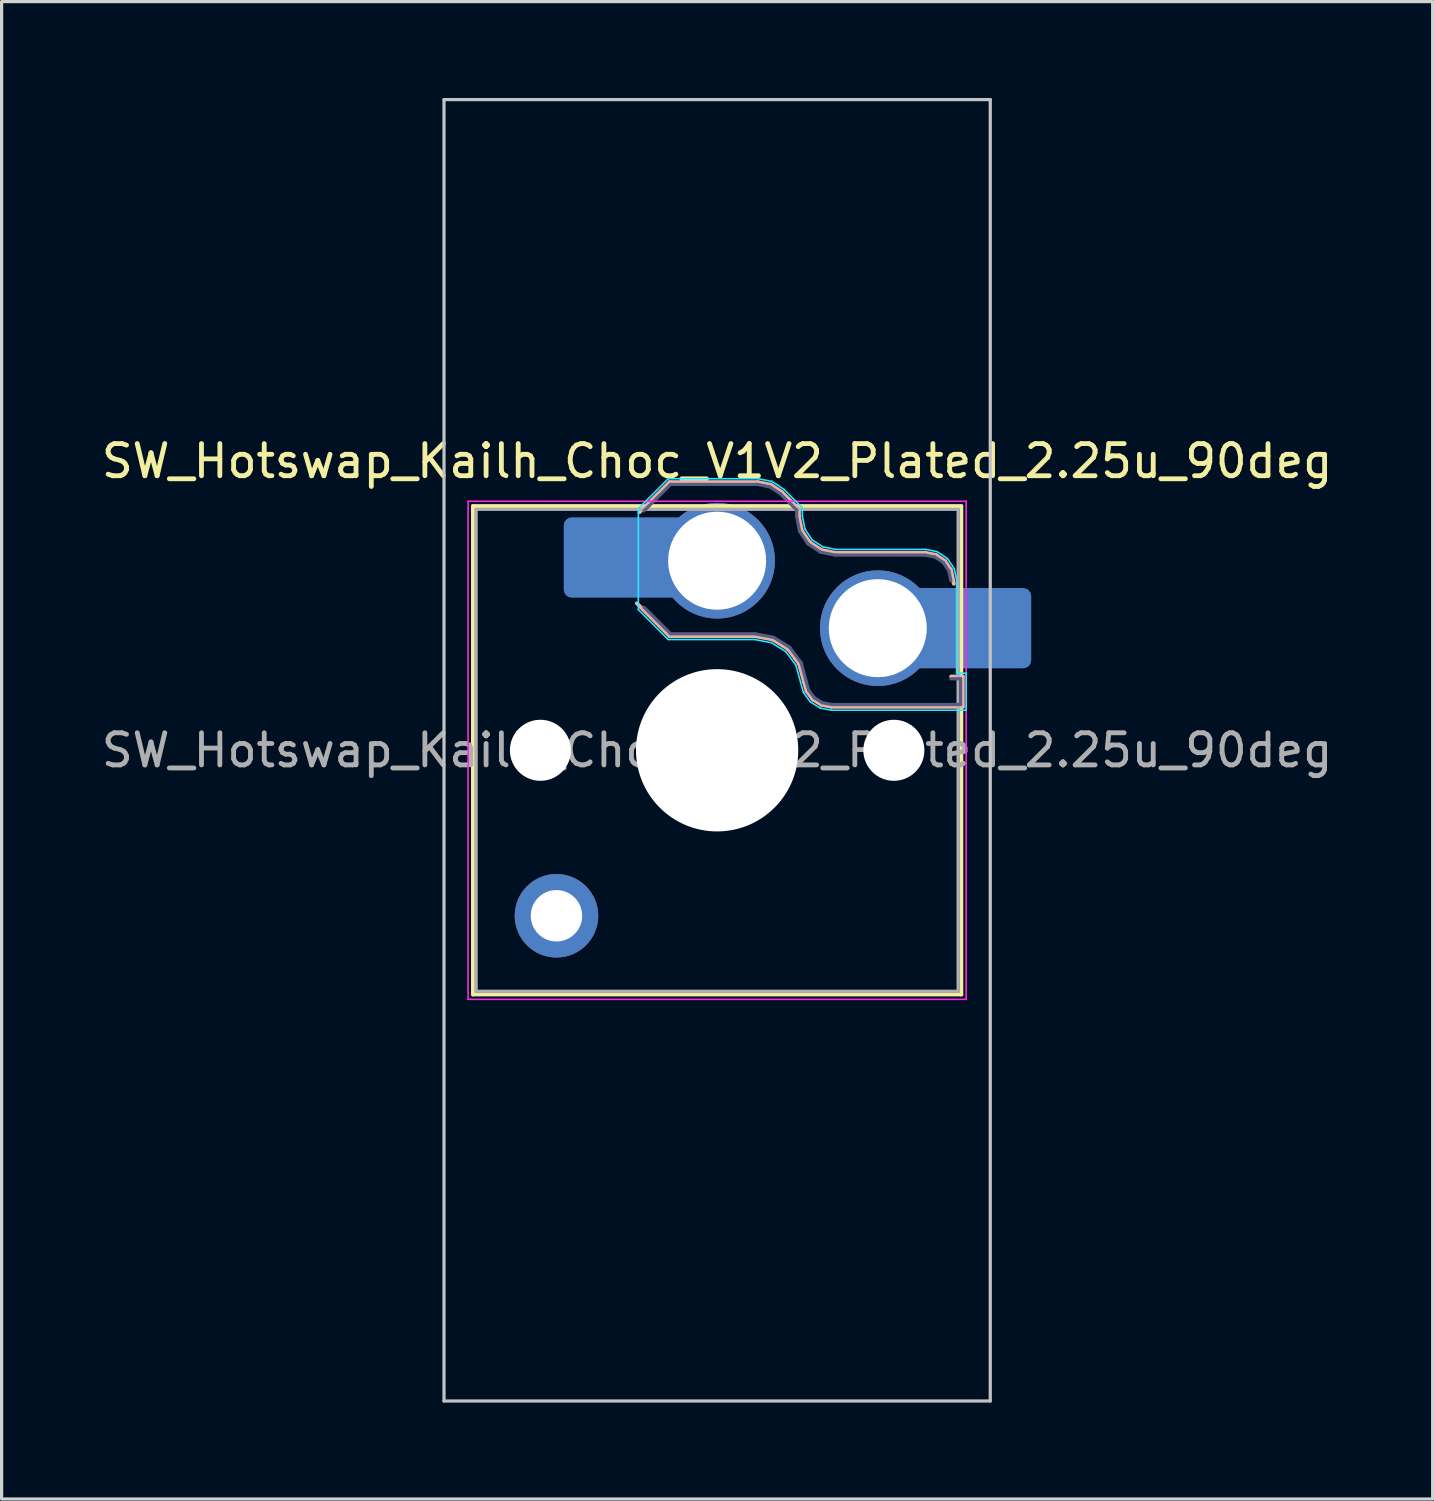
<source format=kicad_pcb>
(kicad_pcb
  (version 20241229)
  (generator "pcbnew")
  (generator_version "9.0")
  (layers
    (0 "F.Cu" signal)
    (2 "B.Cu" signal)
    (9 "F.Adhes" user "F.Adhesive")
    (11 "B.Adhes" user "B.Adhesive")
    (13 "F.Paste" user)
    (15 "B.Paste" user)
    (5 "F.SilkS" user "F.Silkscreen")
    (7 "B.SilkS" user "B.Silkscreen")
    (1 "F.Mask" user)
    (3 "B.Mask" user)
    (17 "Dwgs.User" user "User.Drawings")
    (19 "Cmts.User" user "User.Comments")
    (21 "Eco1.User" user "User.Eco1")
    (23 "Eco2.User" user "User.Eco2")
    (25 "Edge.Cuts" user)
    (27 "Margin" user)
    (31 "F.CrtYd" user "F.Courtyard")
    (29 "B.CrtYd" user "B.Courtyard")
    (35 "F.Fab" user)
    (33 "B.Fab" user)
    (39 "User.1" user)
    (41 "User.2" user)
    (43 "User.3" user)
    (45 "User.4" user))
  (footprint "SW_Hotswap_Kailh_Choc_V1V2_Plated_2.25u_90deg"
    (layer "F.Cu")
    (at 19.268 20.3)
    (property "Reference" "SW_Hotswap_Kailh_Choc_V1V2_Plated_2.25u_90deg" (at 0 -9 0) (layer "F.SilkS") (effects (font (size 1 1) (thickness 0.15))))
    (attr smd)
    (fp_line (start -7.6 -7.6) (end -7.6 7.6) (stroke (width 0.12) (type solid)) (layer "F.SilkS"))
    (fp_line (start -7.6 7.6) (end 7.6 7.6) (stroke (width 0.12) (type solid)) (layer "F.SilkS"))
    (fp_line (start 7.6 -7.6) (end -7.6 -7.6) (stroke (width 0.12) (type solid)) (layer "F.SilkS"))
    (fp_line (start 7.6 7.6) (end 7.6 -7.6) (stroke (width 0.12) (type solid)) (layer "F.SilkS"))
    (fp_line (start -2.416 -7.409) (end -1.479 -8.346) (stroke (width 0.12) (type solid)) (layer "B.SilkS"))
    (fp_line (start -1.479 -8.346) (end 1.268 -8.346) (stroke (width 0.12) (type solid)) (layer "B.SilkS"))
    (fp_line (start -1.479 -3.554) (end -2.5 -4.575) (stroke (width 0.12) (type solid)) (layer "B.SilkS"))
    (fp_line (start 1.168 -3.554) (end -1.479 -3.554) (stroke (width 0.12) (type solid)) (layer "B.SilkS"))
    (fp_line (start 1.268 -8.346) (end 1.671 -8.266) (stroke (width 0.12) (type solid)) (layer "B.SilkS"))
    (fp_line (start 1.671 -8.266) (end 2.013 -8.037) (stroke (width 0.12) (type solid)) (layer "B.SilkS"))
    (fp_line (start 1.73 -3.449) (end 1.168 -3.554) (stroke (width 0.12) (type solid)) (layer "B.SilkS"))
    (fp_line (start 2.013 -8.037) (end 2.546 -7.504) (stroke (width 0.12) (type solid)) (layer "B.SilkS"))
    (fp_line (start 2.209 -3.15) (end 1.73 -3.449) (stroke (width 0.12) (type solid)) (layer "B.SilkS"))
    (fp_line (start 2.546 -7.504) (end 2.546 -7.282) (stroke (width 0.12) (type solid)) (layer "B.SilkS"))
    (fp_line (start 2.546 -7.282) (end 2.633 -6.844) (stroke (width 0.12) (type solid)) (layer "B.SilkS"))
    (fp_line (start 2.547 -2.697) (end 2.209 -3.15) (stroke (width 0.12) (type solid)) (layer "B.SilkS"))
    (fp_line (start 2.633 -6.844) (end 2.877 -6.477) (stroke (width 0.12) (type solid)) (layer "B.SilkS"))
    (fp_line (start 2.701 -2.139) (end 2.547 -2.697) (stroke (width 0.12) (type solid)) (layer "B.SilkS"))
    (fp_line (start 2.783 -1.841) (end 2.701 -2.139) (stroke (width 0.12) (type solid)) (layer "B.SilkS"))
    (fp_line (start 2.877 -6.477) (end 3.244 -6.233) (stroke (width 0.12) (type solid)) (layer "B.SilkS"))
    (fp_line (start 2.976 -1.583) (end 2.783 -1.841) (stroke (width 0.12) (type solid)) (layer "B.SilkS"))
    (fp_line (start 3.244 -6.233) (end 3.682 -6.146) (stroke (width 0.12) (type solid)) (layer "B.SilkS"))
    (fp_line (start 3.25 -1.413) (end 2.976 -1.583) (stroke (width 0.12) (type solid)) (layer "B.SilkS"))
    (fp_line (start 3.56 -1.354) (end 3.25 -1.413) (stroke (width 0.12) (type solid)) (layer "B.SilkS"))
    (fp_line (start 3.682 -6.146) (end 6.482 -6.146) (stroke (width 0.12) (type solid)) (layer "B.SilkS"))
    (fp_line (start 6.482 -6.146) (end 6.809 -6.081) (stroke (width 0.12) (type solid)) (layer "B.SilkS"))
    (fp_line (start 6.809 -6.081) (end 7.092 -5.892) (stroke (width 0.12) (type solid)) (layer "B.SilkS"))
    (fp_line (start 7.092 -5.892) (end 7.281 -5.609) (stroke (width 0.12) (type solid)) (layer "B.SilkS"))
    (fp_line (start 7.281 -5.609) (end 7.366 -5.182) (stroke (width 0.12) (type solid)) (layer "B.SilkS"))
    (fp_line (start 7.283 -2.296) (end 7.646 -2.296) (stroke (width 0.12) (type solid)) (layer "B.SilkS"))
    (fp_line (start 7.646 -2.296) (end 7.646 -1.354) (stroke (width 0.12) (type solid)) (layer "B.SilkS"))
    (fp_line (start 7.646 -1.354) (end 3.56 -1.354) (stroke (width 0.12) (type solid)) (layer "B.SilkS"))
    (fp_line (start -8.5 -20.25) (end 8.5 -20.25) (stroke (width 0.1) (type solid)) (layer "Dwgs.User"))
    (fp_line (start -8.5 20.25) (end -8.5 -20.25) (stroke (width 0.1) (type solid)) (layer "Dwgs.User"))
    (fp_line (start 8.5 -20.25) (end 8.5 20.25) (stroke (width 0.1) (type solid)) (layer "Dwgs.User"))
    (fp_line (start 8.5 20.25) (end -8.5 20.25) (stroke (width 0.1) (type solid)) (layer "Dwgs.User"))
    (fp_line (start -7.25 -7.25) (end -7.25 7.25) (stroke (width 0.1) (type solid)) (layer "Eco1.User"))
    (fp_line (start -7.25 7.25) (end 7.25 7.25) (stroke (width 0.1) (type solid)) (layer "Eco1.User"))
    (fp_line (start 7.25 -7.25) (end -7.25 -7.25) (stroke (width 0.1) (type solid)) (layer "Eco1.User"))
    (fp_line (start 7.25 7.25) (end 7.25 -7.25) (stroke (width 0.1) (type solid)) (layer "Eco1.User"))
    (fp_line (start -2.452 -7.523) (end -1.523 -8.452) (stroke (width 0.05) (type solid)) (layer "B.CrtYd"))
    (fp_line (start -2.452 -4.377) (end -2.452 -7.523) (stroke (width 0.05) (type solid)) (layer "B.CrtYd"))
    (fp_line (start -1.523 -8.452) (end 1.278 -8.452) (stroke (width 0.05) (type solid)) (layer "B.CrtYd"))
    (fp_line (start -1.523 -3.448) (end -2.452 -4.377) (stroke (width 0.05) (type solid)) (layer "B.CrtYd"))
    (fp_line (start 1.159 -3.448) (end -1.523 -3.448) (stroke (width 0.05) (type solid)) (layer "B.CrtYd"))
    (fp_line (start 1.278 -8.452) (end 1.712 -8.366) (stroke (width 0.05) (type solid)) (layer "B.CrtYd"))
    (fp_line (start 1.691 -3.348) (end 1.159 -3.448) (stroke (width 0.05) (type solid)) (layer "B.CrtYd"))
    (fp_line (start 1.712 -8.366) (end 2.081 -8.119) (stroke (width 0.05) (type solid)) (layer "B.CrtYd"))
    (fp_line (start 2.081 -8.119) (end 2.652 -7.548) (stroke (width 0.05) (type solid)) (layer "B.CrtYd"))
    (fp_line (start 2.136 -3.071) (end 1.691 -3.348) (stroke (width 0.05) (type solid)) (layer "B.CrtYd"))
    (fp_line (start 2.45 -2.65) (end 2.136 -3.071) (stroke (width 0.05) (type solid)) (layer "B.CrtYd"))
    (fp_line (start 2.599 -2.111) (end 2.45 -2.65) (stroke (width 0.05) (type solid)) (layer "B.CrtYd"))
    (fp_line (start 2.652 -7.548) (end 2.652 -7.292) (stroke (width 0.05) (type solid)) (layer "B.CrtYd"))
    (fp_line (start 2.652 -7.292) (end 2.733 -6.885) (stroke (width 0.05) (type solid)) (layer "B.CrtYd"))
    (fp_line (start 2.687 -1.794) (end 2.599 -2.111) (stroke (width 0.05) (type solid)) (layer "B.CrtYd"))
    (fp_line (start 2.733 -6.885) (end 2.953 -6.553) (stroke (width 0.05) (type solid)) (layer "B.CrtYd"))
    (fp_line (start 2.903 -1.503) (end 2.687 -1.794) (stroke (width 0.05) (type solid)) (layer "B.CrtYd"))
    (fp_line (start 2.953 -6.553) (end 3.285 -6.333) (stroke (width 0.05) (type solid)) (layer "B.CrtYd"))
    (fp_line (start 3.211 -1.312) (end 2.903 -1.503) (stroke (width 0.05) (type solid)) (layer "B.CrtYd"))
    (fp_line (start 3.285 -6.333) (end 3.692 -6.252) (stroke (width 0.05) (type solid)) (layer "B.CrtYd"))
    (fp_line (start 3.55 -1.248) (end 3.211 -1.312) (stroke (width 0.05) (type solid)) (layer "B.CrtYd"))
    (fp_line (start 3.692 -6.252) (end 6.492 -6.252) (stroke (width 0.05) (type solid)) (layer "B.CrtYd"))
    (fp_line (start 6.492 -6.252) (end 6.85 -6.181) (stroke (width 0.05) (type solid)) (layer "B.CrtYd"))
    (fp_line (start 6.85 -6.181) (end 7.168 -5.968) (stroke (width 0.05) (type solid)) (layer "B.CrtYd"))
    (fp_line (start 7.168 -5.968) (end 7.381 -5.65) (stroke (width 0.05) (type solid)) (layer "B.CrtYd"))
    (fp_line (start 7.381 -5.65) (end 7.452 -5.292) (stroke (width 0.05) (type solid)) (layer "B.CrtYd"))
    (fp_line (start 7.452 -5.292) (end 7.452 -2.402) (stroke (width 0.05) (type solid)) (layer "B.CrtYd"))
    (fp_line (start 7.452 -2.402) (end 7.752 -2.402) (stroke (width 0.05) (type solid)) (layer "B.CrtYd"))
    (fp_line (start 7.752 -2.402) (end 7.752 -1.248) (stroke (width 0.05) (type solid)) (layer "B.CrtYd"))
    (fp_line (start 7.752 -1.248) (end 3.55 -1.248) (stroke (width 0.05) (type solid)) (layer "B.CrtYd"))
    (fp_line (start -7.75 -7.75) (end -7.75 7.75) (stroke (width 0.05) (type solid)) (layer "F.CrtYd"))
    (fp_line (start -7.75 7.75) (end 7.75 7.75) (stroke (width 0.05) (type solid)) (layer "F.CrtYd"))
    (fp_line (start 7.75 -7.75) (end -7.75 -7.75) (stroke (width 0.05) (type solid)) (layer "F.CrtYd"))
    (fp_line (start 7.75 7.75) (end 7.75 -7.75) (stroke (width 0.05) (type solid)) (layer "F.CrtYd"))
    (fp_line (start -2.275 -7.45) (end -1.45 -8.275) (stroke (width 0.1) (type solid)) (layer "B.Fab"))
    (fp_line (start -1.45 -8.275) (end 1.261 -8.275) (stroke (width 0.1) (type solid)) (layer "B.Fab"))
    (fp_line (start -1.45 -3.625) (end -2.275 -4.45) (stroke (width 0.1) (type solid)) (layer "B.Fab"))
    (fp_line (start 1.175 -3.625) (end -1.45 -3.625) (stroke (width 0.1) (type solid)) (layer "B.Fab"))
    (fp_line (start 1.261 -8.275) (end 1.643 -8.199) (stroke (width 0.1) (type solid)) (layer "B.Fab"))
    (fp_line (start 1.643 -8.199) (end 1.968 -7.982) (stroke (width 0.1) (type solid)) (layer "B.Fab"))
    (fp_line (start 1.756 -3.516) (end 1.175 -3.625) (stroke (width 0.1) (type solid)) (layer "B.Fab"))
    (fp_line (start 1.968 -7.982) (end 2.475 -7.475) (stroke (width 0.1) (type solid)) (layer "B.Fab"))
    (fp_line (start 2.258 -3.203) (end 1.756 -3.516) (stroke (width 0.1) (type solid)) (layer "B.Fab"))
    (fp_line (start 2.475 -7.475) (end 2.475 -7.275) (stroke (width 0.1) (type solid)) (layer "B.Fab"))
    (fp_line (start 2.475 -7.275) (end 2.566 -6.816) (stroke (width 0.1) (type solid)) (layer "B.Fab"))
    (fp_line (start 2.566 -6.816) (end 2.826 -6.426) (stroke (width 0.1) (type solid)) (layer "B.Fab"))
    (fp_line (start 2.612 -2.729) (end 2.258 -3.203) (stroke (width 0.1) (type solid)) (layer "B.Fab"))
    (fp_line (start 2.769 -2.158) (end 2.612 -2.729) (stroke (width 0.1) (type solid)) (layer "B.Fab"))
    (fp_line (start 2.826 -6.426) (end 3.216 -6.166) (stroke (width 0.1) (type solid)) (layer "B.Fab"))
    (fp_line (start 2.848 -1.873) (end 2.769 -2.158) (stroke (width 0.1) (type solid)) (layer "B.Fab"))
    (fp_line (start 3.025 -1.636) (end 2.848 -1.873) (stroke (width 0.1) (type solid)) (layer "B.Fab"))
    (fp_line (start 3.216 -6.166) (end 3.675 -6.075) (stroke (width 0.1) (type solid)) (layer "B.Fab"))
    (fp_line (start 3.276 -1.48) (end 3.025 -1.636) (stroke (width 0.1) (type solid)) (layer "B.Fab"))
    (fp_line (start 3.567 -1.425) (end 3.276 -1.48) (stroke (width 0.1) (type solid)) (layer "B.Fab"))
    (fp_line (start 3.675 -6.075) (end 6.475 -6.075) (stroke (width 0.1) (type solid)) (layer "B.Fab"))
    (fp_line (start 6.475 -6.075) (end 6.781 -6.014) (stroke (width 0.1) (type solid)) (layer "B.Fab"))
    (fp_line (start 6.781 -6.014) (end 7.041 -5.841) (stroke (width 0.1) (type solid)) (layer "B.Fab"))
    (fp_line (start 7.041 -5.841) (end 7.214 -5.581) (stroke (width 0.1) (type solid)) (layer "B.Fab"))
    (fp_line (start 7.214 -5.581) (end 7.275 -5.275) (stroke (width 0.1) (type solid)) (layer "B.Fab"))
    (fp_line (start 7.275 -2.225) (end 7.575 -2.225) (stroke (width 0.1) (type solid)) (layer "B.Fab"))
    (fp_line (start 7.575 -2.225) (end 7.575 -1.425) (stroke (width 0.1) (type solid)) (layer "B.Fab"))
    (fp_line (start 7.575 -1.425) (end 3.567 -1.425) (stroke (width 0.1) (type solid)) (layer "B.Fab"))
    (fp_line (start -7.5 -7.5) (end -7.5 7.5) (stroke (width 0.1) (type solid)) (layer "F.Fab"))
    (fp_line (start -7.5 7.5) (end 7.5 7.5) (stroke (width 0.1) (type solid)) (layer "F.Fab"))
    (fp_line (start 7.5 -7.5) (end -7.5 -7.5) (stroke (width 0.1) (type solid)) (layer "F.Fab"))
    (fp_line (start 7.5 7.5) (end 7.5 -7.5) (stroke (width 0.1) (type solid)) (layer "F.Fab"))
    (fp_text user "${REFERENCE}" (at 0 0 0) (layer "F.Fab") (effects (font (size 1 1) (thickness 0.15))))
    (pad "" np_thru_hole circle (at -5.5 0) (size 1.9 1.9) (drill 1.9) (layers "*.Cu" "*.Mask"))
    (pad "" smd circle (at -5 5.15) (size 1.65 1.65) (layers "F.Mask"))
    (pad "" thru_hole circle (at -5 5.15) (size 2.6 2.6) (drill 1.6) (layers "*.Cu" "B.Mask"))
    (pad "" smd roundrect (at -3.5 -6) (size 2.55 2.5) (layers "B.Mask" "B.Paste") (roundrect_rratio 0.1))
    (pad "" smd circle (at 0 -5.9) (size 3.1 3.1) (layers "F.Mask"))
    (pad "" np_thru_hole circle (at 0 0) (size 5.05 5.05) (drill 5.05) (layers "*.Cu" "*.Mask"))
    (pad "" smd circle (at 5 -3.8) (size 3.1 3.1) (layers "F.Mask"))
    (pad "" np_thru_hole circle (at 5.5 0) (size 1.9 1.9) (drill 1.9) (layers "*.Cu" "*.Mask"))
    (pad "" smd roundrect (at 8.5 -3.8) (size 2.55 2.5) (layers "B.Mask" "B.Paste") (roundrect_rratio 0.1))
    (pad "1" smd roundrect (at -2.85 -6) (size 3.85 2.5) (layers "B.Cu") (roundrect_rratio 0.1))
    (pad "1" thru_hole circle (at 0 -5.9) (size 3.6 3.6) (drill 3.05) (layers "*.Cu" "B.Mask"))
    (pad "2" thru_hole circle (at 5 -3.8) (size 3.6 3.6) (drill 3.05) (layers "*.Cu" "B.Mask"))
    (pad "2" smd roundrect (at 7.85 -3.8) (size 3.85 2.5) (layers "B.Cu") (roundrect_rratio 0.1)))
  (gr_rect
    (start -3 -3)
    (end 41.536 43.6)
    (stroke (width 0.1) (type default))
    (fill no)
    (layer "Edge.Cuts")))
</source>
